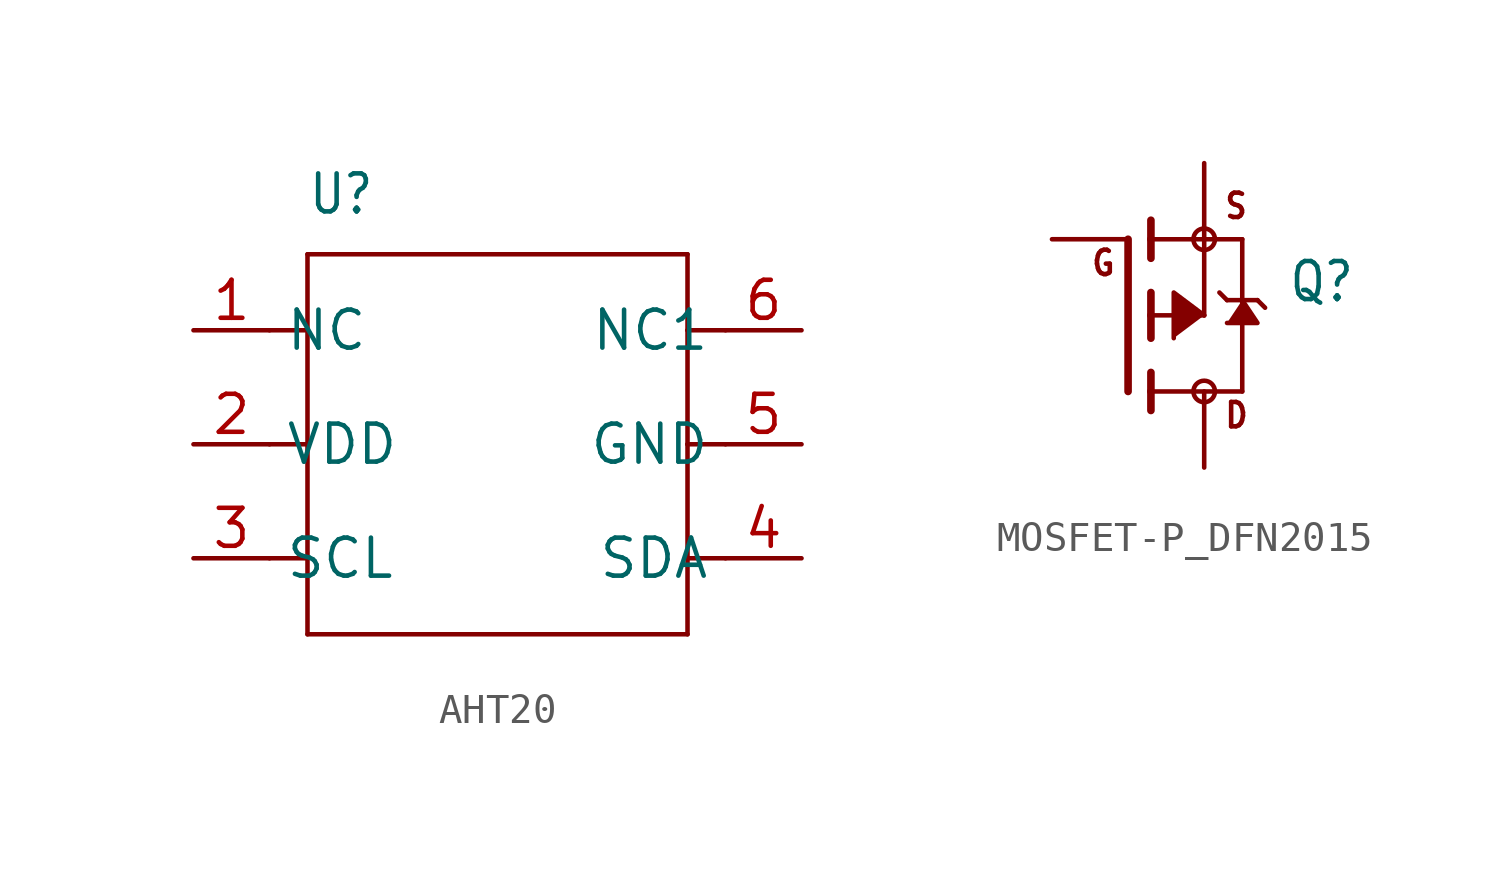
<source format=kicad_sym>
(kicad_symbol_lib
  (version 20231120)
  (generator "kicad_symbol_editor")
  (generator_version "8.0")
  (symbol "AHT20"
    (property "Reference" "U"
      (at -6.35 7.62 0)
      (effects (font (size 1.27 1.079)) (justify left bottom)))
    (property "Value" ""
      (at -6.35 6.35 0)
      (effects (font (size 1.27 1.079)) (justify left bottom)))
    (property "ki_locked" ""
      (at 0 0 0)
      (effects (font (size 1.27 1.27))))
    (symbol "AHT20_1_0"
      (polyline (pts (xy -6.35 -6.35) (xy -6.35 -3.81)) (stroke (width 0.152) (type solid)) (fill (type none)))
      (polyline (pts (xy -6.35 -3.81) (xy -7.62 -3.81)) (stroke (width 0.152) (type solid)) (fill (type none)))
      (polyline (pts (xy -6.35 -3.81) (xy -6.35 0)) (stroke (width 0.152) (type solid)) (fill (type none)))
      (polyline (pts (xy -6.35 0) (xy -7.62 0)) (stroke (width 0.152) (type solid)) (fill (type none)))
      (polyline (pts (xy -6.35 0) (xy -6.35 3.81)) (stroke (width 0.152) (type solid)) (fill (type none)))
      (polyline (pts (xy -6.35 3.81) (xy -7.62 3.81)) (stroke (width 0.152) (type solid)) (fill (type none)))
      (polyline (pts (xy -6.35 3.81) (xy -6.35 6.35)) (stroke (width 0.152) (type solid)) (fill (type none)))
      (polyline (pts (xy -6.35 6.35) (xy 6.35 6.35)) (stroke (width 0.152) (type solid)) (fill (type none)))
      (polyline (pts (xy 6.35 -6.35) (xy -6.35 -6.35)) (stroke (width 0.152) (type solid)) (fill (type none)))
      (polyline (pts (xy 6.35 -3.81) (xy 6.35 -6.35)) (stroke (width 0.152) (type solid)) (fill (type none)))
      (polyline (pts (xy 6.35 0) (xy 6.35 -3.81)) (stroke (width 0.152) (type solid)) (fill (type none)))
      (polyline (pts (xy 6.35 3.81) (xy 6.35 0)) (stroke (width 0.152) (type solid)) (fill (type none)))
      (polyline (pts (xy 6.35 6.35) (xy 6.35 3.81)) (stroke (width 0.152) (type solid)) (fill (type none)))
      (polyline (pts (xy 7.62 -3.81) (xy 6.35 -3.81)) (stroke (width 0.152) (type solid)) (fill (type none)))
      (polyline (pts (xy 7.62 0) (xy 6.35 0)) (stroke (width 0.152) (type solid)) (fill (type none)))
      (polyline (pts (xy 7.62 3.81) (xy 6.35 3.81)) (stroke (width 0.152) (type solid)) (fill (type none)))
      (pin bidirectional line (at -10.16 3.81 0) (length 2.54) (name "NC" (effects (font (size 1.27 1.27)))) (number "1" (effects (font (size 1.27 1.27)))))
      (pin bidirectional line (at -10.16 0 0) (length 2.54) (name "VDD" (effects (font (size 1.27 1.27)))) (number "2" (effects (font (size 1.27 1.27)))))
      (pin bidirectional line (at -10.16 -3.81 0) (length 2.54) (name "SCL" (effects (font (size 1.27 1.27)))) (number "3" (effects (font (size 1.27 1.27)))))
      (pin bidirectional line (at 10.16 -3.81 180) (length 2.54) (name "SDA" (effects (font (size 1.27 1.27)))) (number "4" (effects (font (size 1.27 1.27)))))
      (pin bidirectional line (at 10.16 0 180) (length 2.54) (name "GND" (effects (font (size 1.27 1.27)))) (number "5" (effects (font (size 1.27 1.27)))))
      (pin bidirectional line (at 10.16 3.81 180) (length 2.54) (name "NC1" (effects (font (size 1.27 1.27)))) (number "6" (effects (font (size 1.27 1.27)))))))
  (symbol "MOSFET-P_DFN2015"
    (property "Reference" "Q"
      (at 2.794 0.381 0)
      (effects (font (size 1.27 1.079)) (justify left bottom)))
    (property "Value" ""
      (at 2.794 -1.905 0)
      (effects (font (size 1.27 1.079)) (justify left bottom)))
    (property "ki_locked" ""
      (at 0 0 0)
      (effects (font (size 1.27 1.27))))
    (symbol "MOSFET-P_DFN2015_1_0"
      (circle (center 0 -2.54) (radius 0.359) (stroke (width 0) (type solid)) (fill (type none)))
      (polyline (pts (xy -2.54 -2.54) (xy -2.54 2.54)) (stroke (width 0.254) (type solid)) (fill (type none)))
      (polyline (pts (xy -1.778 -3.175) (xy -1.778 -2.54)) (stroke (width 0.254) (type solid)) (fill (type none)))
      (polyline (pts (xy -1.778 -2.54) (xy -1.778 -1.905)) (stroke (width 0.254) (type solid)) (fill (type none)))
      (polyline (pts (xy -1.778 -2.54) (xy 1.27 -2.54)) (stroke (width 0.152) (type solid)) (fill (type none)))
      (polyline (pts (xy -1.778 -0.762) (xy -1.778 0)) (stroke (width 0.254) (type solid)) (fill (type none)))
      (polyline (pts (xy -1.778 0) (xy -1.778 0.762)) (stroke (width 0.254) (type solid)) (fill (type none)))
      (polyline (pts (xy -1.778 0) (xy 0 0)) (stroke (width 0.152) (type solid)) (fill (type none)))
      (polyline (pts (xy -1.778 1.905) (xy -1.778 2.54)) (stroke (width 0.254) (type solid)) (fill (type none)))
      (polyline (pts (xy -1.778 2.54) (xy -1.778 3.175)) (stroke (width 0.254) (type solid)) (fill (type none)))
      (polyline (pts (xy 0 0) (xy 0 2.54)) (stroke (width 0.152) (type solid)) (fill (type none)))
      (polyline (pts (xy 0 2.54) (xy -1.778 2.54)) (stroke (width 0.152) (type solid)) (fill (type none)))
      (polyline (pts (xy 0 2.54) (xy 1.27 2.54)) (stroke (width 0.152) (type solid)) (fill (type none)))
      (polyline (pts (xy 0.508 0.762) (xy 0.762 0.508)) (stroke (width 0.152) (type solid)) (fill (type none)))
      (polyline (pts (xy 0.762 0.508) (xy 1.27 0.508)) (stroke (width 0.152) (type solid)) (fill (type none)))
      (polyline (pts (xy 1.27 -2.54) (xy 1.27 0.508)) (stroke (width 0.152) (type solid)) (fill (type none)))
      (polyline (pts (xy 1.27 0.508) (xy 1.27 2.54)) (stroke (width 0.152) (type solid)) (fill (type none)))
      (polyline (pts (xy 1.27 0.508) (xy 1.778 0.508)) (stroke (width 0.152) (type solid)) (fill (type none)))
      (polyline (pts (xy 1.778 0.508) (xy 2.032 0.254)) (stroke (width 0.152) (type solid)) (fill (type none)))
      (polyline (pts (xy 0 0) (xy -1.016 0.762) (xy -1.016 -0.762)) (stroke (width 0.152) (type solid)) (fill (type outline)))
      (polyline (pts (xy 1.27 0.508) (xy 1.778 -0.254) (xy 0.762 -0.254)) (stroke (width 0.152) (type solid)) (fill (type outline)))
      (circle (center 0 2.54) (radius 0.359) (stroke (width 0) (type solid)) (fill (type none)))
      (text "D" (at 0.635 -3.81 0) (effects (font (size 0.813 0.691)) (justify left bottom)))
      (text "G" (at -3.81 1.27 0) (effects (font (size 0.813 0.691)) (justify left bottom)))
      (text "S" (at 0.635 3.175 0) (effects (font (size 0.813 0.691)) (justify left bottom)))
      (pin passive line (at -5.08 2.54 0) (length 2.54) (name "G" (effects (font (size 0 0)))) (number "1" (effects (font (size 0 0)))))
      (pin passive line (at 0 5.08 270) (length 2.54) (name "S" (effects (font (size 0 0)))) (number "2" (effects (font (size 0 0)))))
      (pin passive line (at 0 -5.08 90) (length 2.54) (name "D" (effects (font (size 0 0)))) (number "3" (effects (font (size 0 0))))))))
</source>
